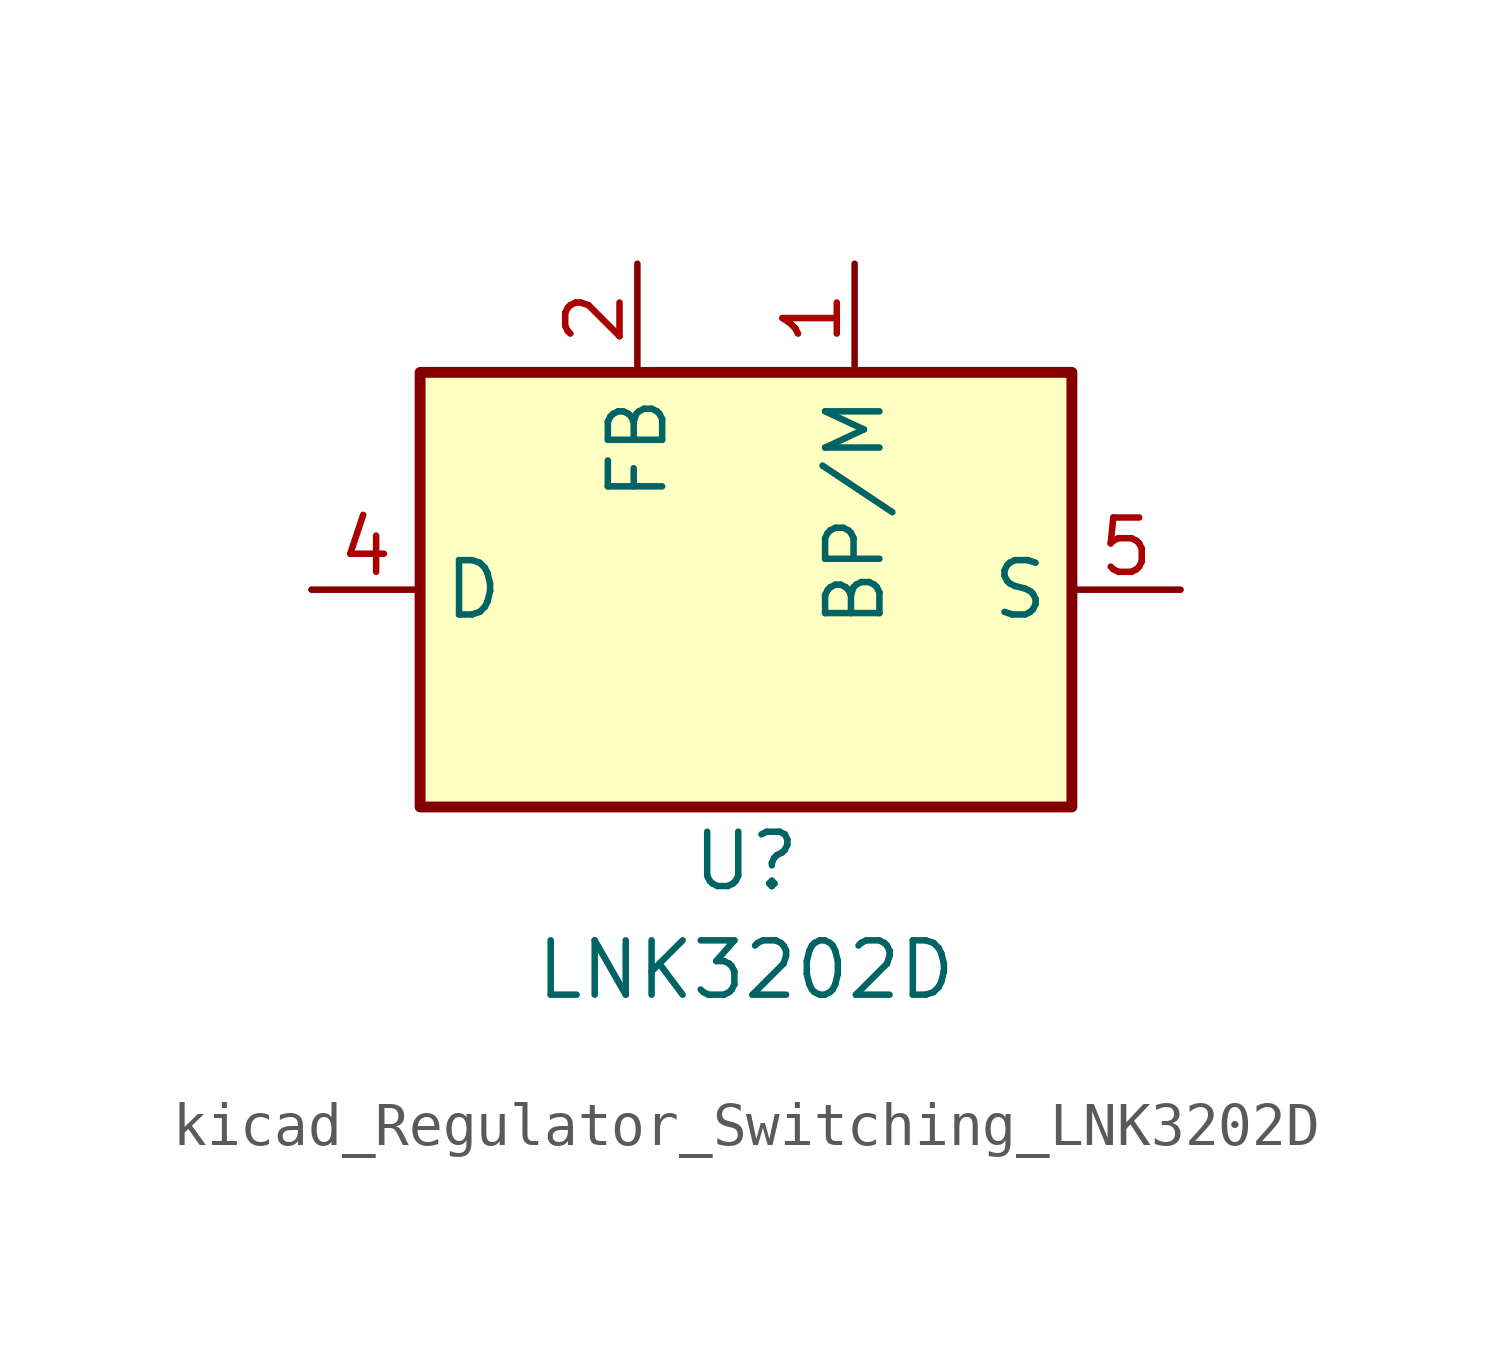
<source format=kicad_sym>
(kicad_symbol_lib
  (version 20220914)
  (generator kicad_symbol_editor)
  (symbol "kicad_Regulator_Switching_LNK3202D"
    (property "Reference" "U"
      (at 0 -6.35 0)
      (effects (font (size 1.27 1.27))))
    (property "Value" "LNK3202D"
      (at 0 -8.89 0)
      (effects (font (size 1.27 1.27))))
    (symbol "kicad_Regulator_Switching_LNK3202D_0_1"
      (rectangle (start -7.62 5.08) (end 7.62 -5.08) (stroke (width 0.254) (type default)) (fill (type background))))
    (symbol "kicad_Regulator_Switching_LNK3202D_1_1"
      (pin input line (at 2.54 7.62 270) (length 2.54) (name "BP/M" (effects (font (size 1.27 1.27)))) (number "1" (effects (font (size 1.27 1.27)))))
      (pin input line (at -2.54 7.62 270) (length 2.54) (name "FB" (effects (font (size 1.27 1.27)))) (number "2" (effects (font (size 1.27 1.27)))))
      (pin open_collector line (at -10.16 0 0) (length 2.54) (name "D" (effects (font (size 1.27 1.27)))) (number "4" (effects (font (size 1.27 1.27)))))
      (pin power_in line (at 10.16 0 180) (length 2.54) (name "S" (effects (font (size 1.27 1.27)))) (number "5" (effects (font (size 1.27 1.27)))))
      (pin passive line (at 10.16 0 180) (length 2.54) hide (name "S" (effects (font (size 1.27 1.27)))) (number "6" (effects (font (size 1.27 1.27)))))
      (pin passive line (at 10.16 0 180) (length 2.54) hide (name "S" (effects (font (size 1.27 1.27)))) (number "7" (effects (font (size 1.27 1.27)))))
      (pin passive line (at 10.16 0 180) (length 2.54) hide (name "S" (effects (font (size 1.27 1.27)))) (number "8" (effects (font (size 1.27 1.27))))))))
</source>
